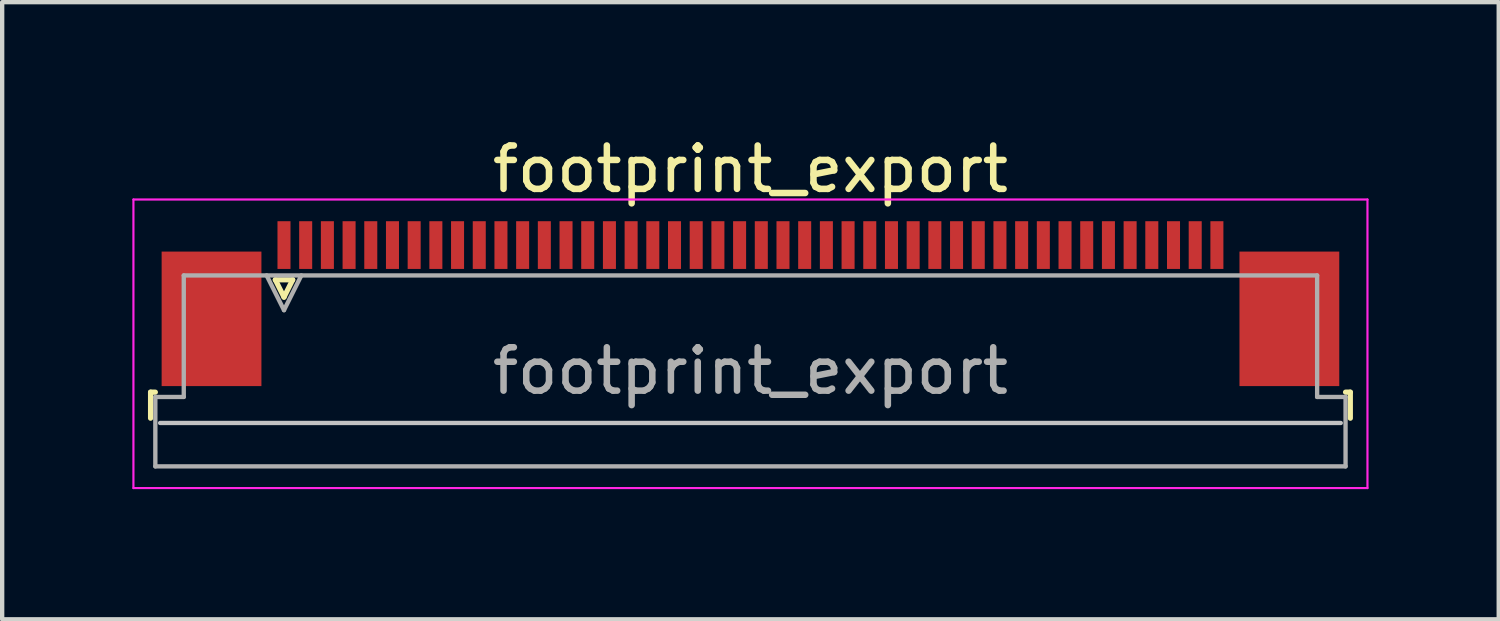
<source format=kicad_pcb>
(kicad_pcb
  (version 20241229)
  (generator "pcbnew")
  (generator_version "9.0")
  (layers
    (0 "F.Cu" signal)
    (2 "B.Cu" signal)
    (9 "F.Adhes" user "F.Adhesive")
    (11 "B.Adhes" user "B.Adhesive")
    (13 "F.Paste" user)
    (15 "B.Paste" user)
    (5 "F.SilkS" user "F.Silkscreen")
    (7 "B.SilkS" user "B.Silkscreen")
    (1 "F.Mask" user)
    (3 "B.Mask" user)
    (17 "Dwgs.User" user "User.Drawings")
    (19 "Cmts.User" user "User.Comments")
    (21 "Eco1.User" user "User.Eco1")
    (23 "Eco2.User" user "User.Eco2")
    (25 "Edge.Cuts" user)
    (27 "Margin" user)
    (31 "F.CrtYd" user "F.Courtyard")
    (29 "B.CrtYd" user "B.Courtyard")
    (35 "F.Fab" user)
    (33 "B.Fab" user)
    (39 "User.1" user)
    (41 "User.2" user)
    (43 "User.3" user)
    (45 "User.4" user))
  (footprint "footprint_export"
    (layer "F.Cu")
    (at 14.245 3.948)
    (property "Reference" "footprint_export" (at 0 -3.1 0) (layer "F.SilkS") (effects (font (size 1 1) (thickness 0.15))))
    (attr smd)
    (fp_line (start -13.825 2.04) (end -13.825 2.64) (stroke (width 0.12) (type solid)) (layer "F.SilkS"))
    (fp_line (start -13.715 2.04) (end -13.825 2.04) (stroke (width 0.12) (type solid)) (layer "F.SilkS"))
    (fp_line (start -10.95 -0.55) (end -10.75 -0.15) (stroke (width 0.12) (type solid)) (layer "F.SilkS"))
    (fp_line (start -10.75 -0.15) (end -10.55 -0.55) (stroke (width 0.12) (type solid)) (layer "F.SilkS"))
    (fp_line (start -10.55 -0.55) (end -10.95 -0.55) (stroke (width 0.12) (type solid)) (layer "F.SilkS"))
    (fp_line (start 13.715 2.04) (end 13.825 2.04) (stroke (width 0.12) (type solid)) (layer "F.SilkS"))
    (fp_line (start 13.825 2.04) (end 13.825 2.64) (stroke (width 0.12) (type solid)) (layer "F.SilkS"))
    (fp_line (start 13.605 2.75) (end -13.605 2.75) (stroke (width 0.1) (type solid)) (layer "Dwgs.User"))
    (fp_line (start -14.22 -2.4) (end -14.22 4.25) (stroke (width 0.05) (type solid)) (layer "F.CrtYd"))
    (fp_line (start -14.22 4.25) (end 14.22 4.25) (stroke (width 0.05) (type solid)) (layer "F.CrtYd"))
    (fp_line (start 14.22 -2.4) (end -14.22 -2.4) (stroke (width 0.05) (type solid)) (layer "F.CrtYd"))
    (fp_line (start 14.22 4.25) (end 14.22 -2.4) (stroke (width 0.05) (type solid)) (layer "F.CrtYd"))
    (fp_line (start -13.715 2.15) (end -13.06 2.15) (stroke (width 0.1) (type solid)) (layer "F.Fab"))
    (fp_line (start -13.715 3.75) (end -13.715 2.15) (stroke (width 0.1) (type solid)) (layer "F.Fab"))
    (fp_line (start -13.06 -0.65) (end 13.06 -0.65) (stroke (width 0.1) (type solid)) (layer "F.Fab"))
    (fp_line (start -13.06 2.15) (end -13.06 -0.65) (stroke (width 0.1) (type solid)) (layer "F.Fab"))
    (fp_line (start -11.15 -0.65) (end -10.75 0.15) (stroke (width 0.1) (type solid)) (layer "F.Fab"))
    (fp_line (start -10.75 0.15) (end -10.35 -0.65) (stroke (width 0.1) (type solid)) (layer "F.Fab"))
    (fp_line (start 13.06 -0.65) (end 13.06 2.15) (stroke (width 0.1) (type solid)) (layer "F.Fab"))
    (fp_line (start 13.06 2.15) (end 13.715 2.15) (stroke (width 0.1) (type solid)) (layer "F.Fab"))
    (fp_line (start 13.715 2.15) (end 13.715 3.75) (stroke (width 0.1) (type solid)) (layer "F.Fab"))
    (fp_line (start 13.715 3.75) (end -13.715 3.75) (stroke (width 0.1) (type solid)) (layer "F.Fab"))
    (fp_text user "${REFERENCE}" (at 0 1.55 0) (layer "F.Fab") (effects (font (size 1 1) (thickness 0.15))))
    (pad "1" smd rect (at -10.75 -1.35) (size 0.3 1.1) (layers "F.Cu" "F.Mask" "F.Paste"))
    (pad "2" smd rect (at -10.25 -1.35) (size 0.3 1.1) (layers "F.Cu" "F.Mask" "F.Paste"))
    (pad "3" smd rect (at -9.75 -1.35) (size 0.3 1.1) (layers "F.Cu" "F.Mask" "F.Paste"))
    (pad "4" smd rect (at -9.25 -1.35) (size 0.3 1.1) (layers "F.Cu" "F.Mask" "F.Paste"))
    (pad "5" smd rect (at -8.75 -1.35) (size 0.3 1.1) (layers "F.Cu" "F.Mask" "F.Paste"))
    (pad "6" smd rect (at -8.25 -1.35) (size 0.3 1.1) (layers "F.Cu" "F.Mask" "F.Paste"))
    (pad "7" smd rect (at -7.75 -1.35) (size 0.3 1.1) (layers "F.Cu" "F.Mask" "F.Paste"))
    (pad "8" smd rect (at -7.25 -1.35) (size 0.3 1.1) (layers "F.Cu" "F.Mask" "F.Paste"))
    (pad "9" smd rect (at -6.75 -1.35) (size 0.3 1.1) (layers "F.Cu" "F.Mask" "F.Paste"))
    (pad "10" smd rect (at -6.25 -1.35) (size 0.3 1.1) (layers "F.Cu" "F.Mask" "F.Paste"))
    (pad "11" smd rect (at -5.75 -1.35) (size 0.3 1.1) (layers "F.Cu" "F.Mask" "F.Paste"))
    (pad "12" smd rect (at -5.25 -1.35) (size 0.3 1.1) (layers "F.Cu" "F.Mask" "F.Paste"))
    (pad "13" smd rect (at -4.75 -1.35) (size 0.3 1.1) (layers "F.Cu" "F.Mask" "F.Paste"))
    (pad "14" smd rect (at -4.25 -1.35) (size 0.3 1.1) (layers "F.Cu" "F.Mask" "F.Paste"))
    (pad "15" smd rect (at -3.75 -1.35) (size 0.3 1.1) (layers "F.Cu" "F.Mask" "F.Paste"))
    (pad "16" smd rect (at -3.25 -1.35) (size 0.3 1.1) (layers "F.Cu" "F.Mask" "F.Paste"))
    (pad "17" smd rect (at -2.75 -1.35) (size 0.3 1.1) (layers "F.Cu" "F.Mask" "F.Paste"))
    (pad "18" smd rect (at -2.25 -1.35) (size 0.3 1.1) (layers "F.Cu" "F.Mask" "F.Paste"))
    (pad "19" smd rect (at -1.75 -1.35) (size 0.3 1.1) (layers "F.Cu" "F.Mask" "F.Paste"))
    (pad "20" smd rect (at -1.25 -1.35) (size 0.3 1.1) (layers "F.Cu" "F.Mask" "F.Paste"))
    (pad "21" smd rect (at -0.75 -1.35) (size 0.3 1.1) (layers "F.Cu" "F.Mask" "F.Paste"))
    (pad "22" smd rect (at -0.25 -1.35) (size 0.3 1.1) (layers "F.Cu" "F.Mask" "F.Paste"))
    (pad "23" smd rect (at 0.25 -1.35) (size 0.3 1.1) (layers "F.Cu" "F.Mask" "F.Paste"))
    (pad "24" smd rect (at 0.75 -1.35) (size 0.3 1.1) (layers "F.Cu" "F.Mask" "F.Paste"))
    (pad "25" smd rect (at 1.25 -1.35) (size 0.3 1.1) (layers "F.Cu" "F.Mask" "F.Paste"))
    (pad "26" smd rect (at 1.75 -1.35) (size 0.3 1.1) (layers "F.Cu" "F.Mask" "F.Paste"))
    (pad "27" smd rect (at 2.25 -1.35) (size 0.3 1.1) (layers "F.Cu" "F.Mask" "F.Paste"))
    (pad "28" smd rect (at 2.75 -1.35) (size 0.3 1.1) (layers "F.Cu" "F.Mask" "F.Paste"))
    (pad "29" smd rect (at 3.25 -1.35) (size 0.3 1.1) (layers "F.Cu" "F.Mask" "F.Paste"))
    (pad "30" smd rect (at 3.75 -1.35) (size 0.3 1.1) (layers "F.Cu" "F.Mask" "F.Paste"))
    (pad "31" smd rect (at 4.25 -1.35) (size 0.3 1.1) (layers "F.Cu" "F.Mask" "F.Paste"))
    (pad "32" smd rect (at 4.75 -1.35) (size 0.3 1.1) (layers "F.Cu" "F.Mask" "F.Paste"))
    (pad "33" smd rect (at 5.25 -1.35) (size 0.3 1.1) (layers "F.Cu" "F.Mask" "F.Paste"))
    (pad "34" smd rect (at 5.75 -1.35) (size 0.3 1.1) (layers "F.Cu" "F.Mask" "F.Paste"))
    (pad "35" smd rect (at 6.25 -1.35) (size 0.3 1.1) (layers "F.Cu" "F.Mask" "F.Paste"))
    (pad "36" smd rect (at 6.75 -1.35) (size 0.3 1.1) (layers "F.Cu" "F.Mask" "F.Paste"))
    (pad "37" smd rect (at 7.25 -1.35) (size 0.3 1.1) (layers "F.Cu" "F.Mask" "F.Paste"))
    (pad "38" smd rect (at 7.75 -1.35) (size 0.3 1.1) (layers "F.Cu" "F.Mask" "F.Paste"))
    (pad "39" smd rect (at 8.25 -1.35) (size 0.3 1.1) (layers "F.Cu" "F.Mask" "F.Paste"))
    (pad "40" smd rect (at 8.75 -1.35) (size 0.3 1.1) (layers "F.Cu" "F.Mask" "F.Paste"))
    (pad "41" smd rect (at 9.25 -1.35) (size 0.3 1.1) (layers "F.Cu" "F.Mask" "F.Paste"))
    (pad "42" smd rect (at 9.75 -1.35) (size 0.3 1.1) (layers "F.Cu" "F.Mask" "F.Paste"))
    (pad "43" smd rect (at 10.25 -1.35) (size 0.3 1.1) (layers "F.Cu" "F.Mask" "F.Paste"))
    (pad "44" smd rect (at 10.75 -1.35) (size 0.3 1.1) (layers "F.Cu" "F.Mask" "F.Paste"))
    (pad "MP" smd rect (at -12.42 0.35) (size 2.3 3.1) (layers "F.Cu" "F.Mask" "F.Paste"))
    (pad "MP" smd rect (at 12.42 0.35) (size 2.3 3.1) (layers "F.Cu" "F.Mask" "F.Paste")))
  (gr_rect
    (start -3 -3)
    (end 31.49 11.223)
    (stroke (width 0.1) (type default))
    (fill no)
    (layer "Edge.Cuts")))
</source>
